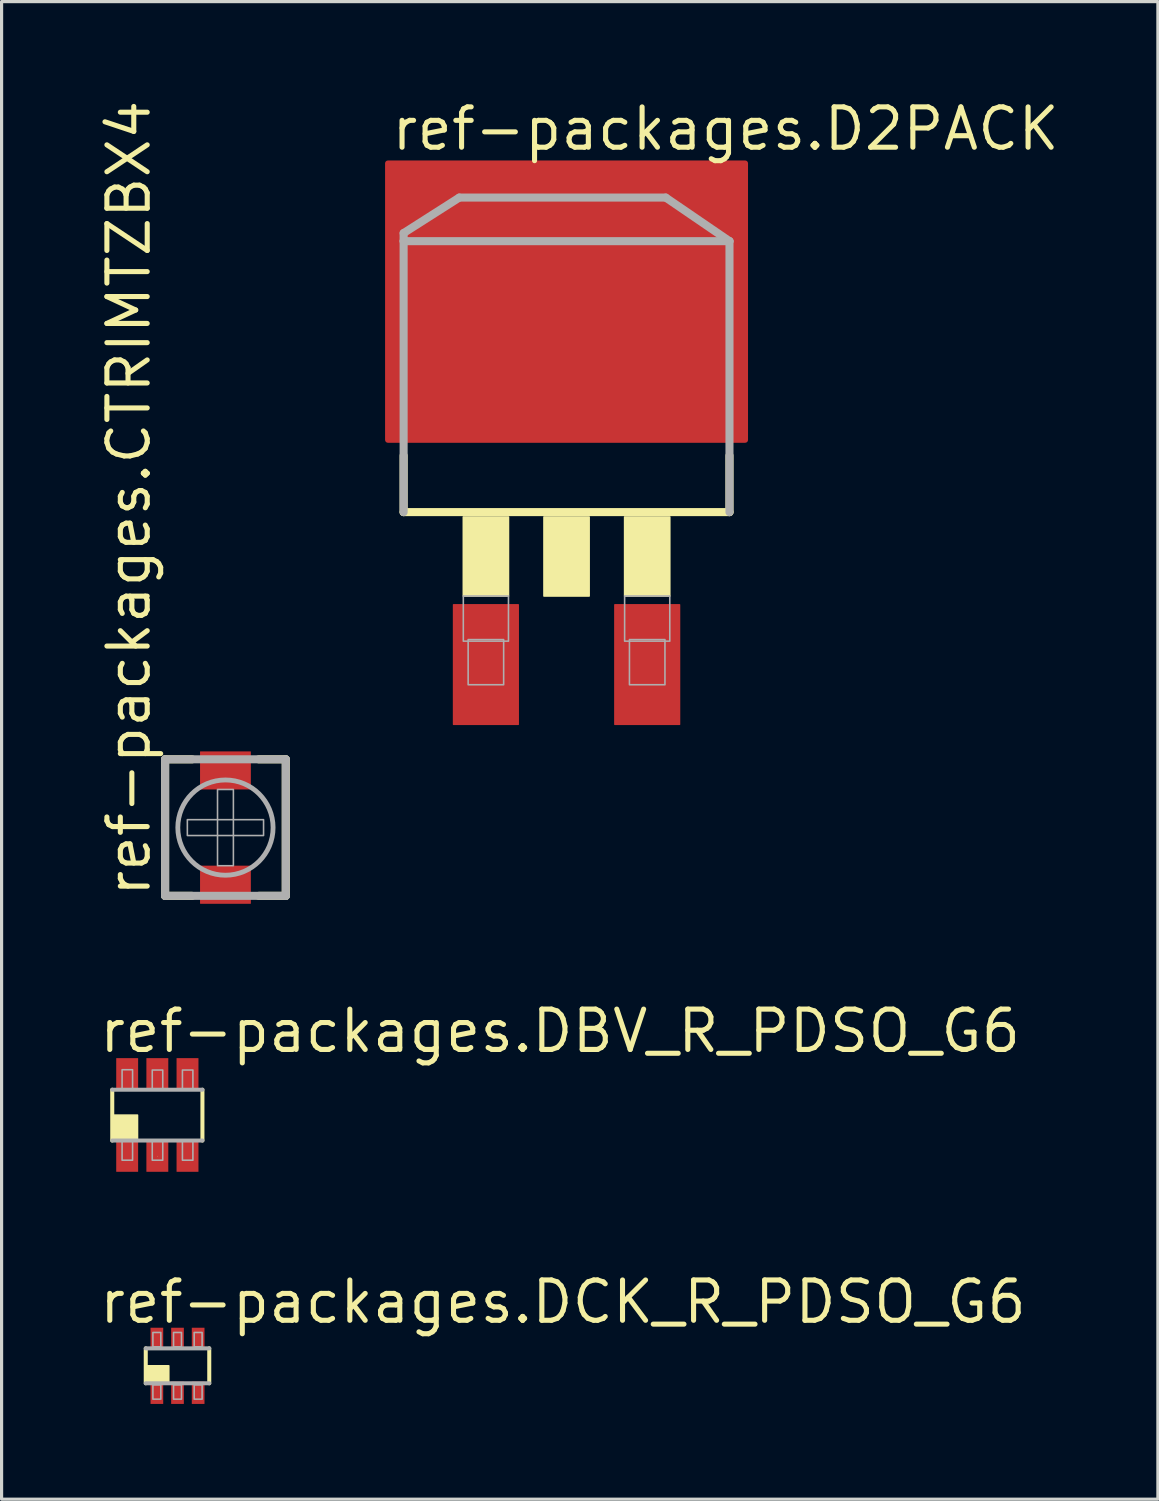
<source format=kicad_pcb>
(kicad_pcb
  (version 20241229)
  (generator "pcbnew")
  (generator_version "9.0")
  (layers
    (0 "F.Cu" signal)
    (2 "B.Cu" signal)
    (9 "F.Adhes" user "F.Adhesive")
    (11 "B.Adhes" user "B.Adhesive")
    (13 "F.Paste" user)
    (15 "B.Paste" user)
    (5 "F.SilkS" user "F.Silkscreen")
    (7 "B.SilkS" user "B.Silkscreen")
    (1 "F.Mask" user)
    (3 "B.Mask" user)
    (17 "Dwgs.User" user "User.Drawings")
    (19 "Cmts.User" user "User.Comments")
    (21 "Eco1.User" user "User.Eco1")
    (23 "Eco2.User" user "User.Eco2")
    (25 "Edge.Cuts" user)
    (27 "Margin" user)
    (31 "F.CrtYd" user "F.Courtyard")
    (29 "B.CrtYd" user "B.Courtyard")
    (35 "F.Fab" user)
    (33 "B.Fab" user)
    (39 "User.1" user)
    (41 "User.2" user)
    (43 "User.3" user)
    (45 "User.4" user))
  (footprint "ref-packages.D2PACK"
    (layer "F.Cu")
    (at 14.792 8.989)
    (property "Reference" "ref-packages.D2PACK" (at -5.588 -7.239 0) (layer "F.SilkS") (effects (font (size 1.27 1.27) (thickness 0.16)) (justify left bottom)))
    (attr smd)
    (fp_line (start -5.131 4.089) (end -5.131 2.311) (stroke (width 0.254) (type default)) (layer "F.SilkS"))
    (fp_line (start -5.131 4.089) (end 5.131 4.089) (stroke (width 0.254) (type default)) (layer "F.SilkS"))
    (fp_line (start 5.131 4.089) (end 5.131 2.311) (stroke (width 0.254) (type default)) (layer "F.SilkS"))
    (fp_rect (start -3.251 6.731) (end -1.829 4.242) (stroke (width 0.05) (type default)) (fill yes) (layer "F.SilkS"))
    (fp_rect (start -0.711 6.731) (end 0.711 4.242) (stroke (width 0.05) (type default)) (fill yes) (layer "F.SilkS"))
    (fp_rect (start 1.829 6.731) (end 3.251 4.242) (stroke (width 0.05) (type default)) (fill yes) (layer "F.SilkS"))
    (fp_line (start -5.131 -4.699) (end -5.131 -4.445) (stroke (width 0.254) (type default)) (layer "F.Fab"))
    (fp_line (start -5.131 -4.445) (end -5.131 4.089) (stroke (width 0.254) (type default)) (layer "F.Fab"))
    (fp_line (start -5.131 -4.445) (end 5.131 -4.445) (stroke (width 0.254) (type default)) (layer "F.Fab"))
    (fp_line (start -3.378 -5.817) (end -5.131 -4.699) (stroke (width 0.254) (type default)) (layer "F.Fab"))
    (fp_line (start 3.124 -5.817) (end -3.378 -5.817) (stroke (width 0.254) (type default)) (layer "F.Fab"))
    (fp_line (start 5.131 -4.445) (end 3.124 -5.817) (stroke (width 0.254) (type default)) (layer "F.Fab"))
    (fp_line (start 5.131 4.089) (end 5.131 -4.445) (stroke (width 0.254) (type default)) (layer "F.Fab"))
    (fp_rect (start -3.251 8.153) (end -1.829 6.731) (stroke (width 0.05) (type default)) (fill no) (layer "F.Fab"))
    (fp_rect (start -3.099 9.525) (end -1.981 8.103) (stroke (width 0.05) (type default)) (fill no) (layer "F.Fab"))
    (fp_rect (start 1.829 8.153) (end 3.251 6.731) (stroke (width 0.05) (type default)) (fill no) (layer "F.Fab"))
    (fp_rect (start 1.981 9.525) (end 3.099 8.103) (stroke (width 0.05) (type default)) (fill no) (layer "F.Fab"))
    (pad "1" smd roundrect (at -2.54 8.89) (size 2.083 3.81) (layers "F.Cu" "F.Mask" "F.Paste") (roundrect_rratio 0.01))
    (pad "2" smd roundrect (at 0 -2.54) (size 11.43 8.89) (layers "F.Cu" "F.Mask" "F.Paste") (roundrect_rratio 0.01))
    (pad "3" smd roundrect (at 2.54 8.89) (size 2.083 3.81) (layers "F.Cu" "F.Mask" "F.Paste") (roundrect_rratio 0.01)))
  (footprint "ref-packages.CTRIMTZBX4"
    (layer "F.Cu")
    (at 4.05 23.013)
    (property "Reference" "ref-packages.CTRIMTZBX4" (at -2.3 2.25 90) (layer "F.SilkS") (effects (font (size 1.27 1.27) (thickness 0.16)) (justify left bottom)))
    (attr smd)
    (fp_line (start -1.9 -2.15) (end -1.05 -2.15) (stroke (width 0.254) (type default)) (layer "F.SilkS"))
    (fp_line (start -1.9 2.15) (end -1.9 -2.15) (stroke (width 0.254) (type default)) (layer "F.SilkS"))
    (fp_line (start -1.05 2.15) (end -1.9 2.15) (stroke (width 0.254) (type default)) (layer "F.SilkS"))
    (fp_line (start 1.05 2.15) (end 1.9 2.15) (stroke (width 0.254) (type default)) (layer "F.SilkS"))
    (fp_line (start 1.9 -2.15) (end 1.05 -2.15) (stroke (width 0.254) (type default)) (layer "F.SilkS"))
    (fp_line (start 1.9 2.15) (end 1.9 -2.15) (stroke (width 0.254) (type default)) (layer "F.SilkS"))
    (fp_line (start -1.9 -2.15) (end -1.9 2.15) (stroke (width 0.254) (type default)) (layer "F.Fab"))
    (fp_line (start -1.9 2.15) (end 1.9 2.15) (stroke (width 0.254) (type default)) (layer "F.Fab"))
    (fp_line (start 1.9 -2.15) (end -1.9 -2.15) (stroke (width 0.254) (type default)) (layer "F.Fab"))
    (fp_line (start 1.9 2.15) (end 1.9 -2.15) (stroke (width 0.254) (type default)) (layer "F.Fab"))
    (fp_rect (start -1.2 0.25) (end 1.2 -0.25) (stroke (width 0.05) (type default)) (fill no) (layer "F.Fab"))
    (fp_rect (start -0.25 1.2) (end 0.25 -1.2) (stroke (width 0.05) (type default)) (fill no) (layer "F.Fab"))
    (fp_circle (center 0 0) (end 1.5 0) (stroke (width 0.152) (type default)) (fill no) (layer "F.Fab"))
    (pad "1" smd roundrect (at 0 -1.8) (size 1.6 1.2) (layers "F.Cu" "F.Mask" "F.Paste") (roundrect_rratio 0.01))
    (pad "2" smd roundrect (at 0 1.8) (size 1.6 1.2) (layers "F.Cu" "F.Mask" "F.Paste") (roundrect_rratio 0.01)))
  (footprint "ref-packages.DCK_R_PDSO_G6"
    (layer "F.Cu")
    (at 2.54 39.963)
    (property "Reference" "ref-packages.DCK_R_PDSO_G6" (at -2.54 -1.27 0) (layer "F.SilkS") (effects (font (size 1.27 1.27) (thickness 0.16)) (justify left bottom)))
    (attr smd)
    (fp_line (start -1 -0.55) (end -1 0.55) (stroke (width 0.127) (type default)) (layer "F.SilkS"))
    (fp_line (start 1 0.55) (end 1 -0.55) (stroke (width 0.127) (type default)) (layer "F.SilkS"))
    (fp_rect (start -0.95 0.5) (end -0.275 0) (stroke (width 0.05) (type default)) (fill yes) (layer "F.SilkS"))
    (fp_line (start -1 0.55) (end 1 0.55) (stroke (width 0.127) (type default)) (layer "F.Fab"))
    (fp_line (start 1 -0.55) (end -1 -0.55) (stroke (width 0.127) (type default)) (layer "F.Fab"))
    (fp_rect (start -0.775 -0.6) (end -0.525 -1.05) (stroke (width 0.05) (type default)) (fill no) (layer "F.Fab"))
    (fp_rect (start -0.775 1.05) (end -0.525 0.6) (stroke (width 0.05) (type default)) (fill no) (layer "F.Fab"))
    (fp_rect (start -0.125 -0.6) (end 0.125 -1.05) (stroke (width 0.05) (type default)) (fill no) (layer "F.Fab"))
    (fp_rect (start -0.125 1.05) (end 0.125 0.6) (stroke (width 0.05) (type default)) (fill no) (layer "F.Fab"))
    (fp_rect (start 0.525 -0.6) (end 0.775 -1.05) (stroke (width 0.05) (type default)) (fill no) (layer "F.Fab"))
    (fp_rect (start 0.525 1.05) (end 0.775 0.6) (stroke (width 0.05) (type default)) (fill no) (layer "F.Fab"))
    (pad "1" smd roundrect (at -0.65 0.85) (size 0.4 0.7) (layers "F.Cu" "F.Mask" "F.Paste") (roundrect_rratio 0.01))
    (pad "2" smd roundrect (at 0 0.85) (size 0.4 0.7) (layers "F.Cu" "F.Mask" "F.Paste") (roundrect_rratio 0.01))
    (pad "3" smd roundrect (at 0.65 0.85) (size 0.4 0.7) (layers "F.Cu" "F.Mask" "F.Paste") (roundrect_rratio 0.01))
    (pad "4" smd roundrect (at 0.65 -0.85) (size 0.4 0.7) (layers "F.Cu" "F.Mask" "F.Paste") (roundrect_rratio 0.01))
    (pad "5" smd roundrect (at 0 -0.85) (size 0.4 0.7) (layers "F.Cu" "F.Mask" "F.Paste") (roundrect_rratio 0.01))
    (pad "6" smd roundrect (at -0.65 -0.85) (size 0.4 0.7) (layers "F.Cu" "F.Mask" "F.Paste") (roundrect_rratio 0.01)))
  (footprint "ref-packages.DBV_R_PDSO_G6"
    (layer "F.Cu")
    (at 1.905 32.068)
    (property "Reference" "ref-packages.DBV_R_PDSO_G6" (at -1.905 -1.905 0) (layer "F.SilkS") (effects (font (size 1.27 1.27) (thickness 0.16)) (justify left bottom)))
    (attr smd)
    (fp_rect (start -1.35 -0.75) (end -0.55 -1.85) (stroke (width 0.05) (type default)) (fill yes) (layer "F.Mask"))
    (fp_rect (start -1.35 1.85) (end -0.55 0.75) (stroke (width 0.05) (type default)) (fill yes) (layer "F.Mask"))
    (fp_rect (start -0.4 -0.75) (end 0.4 -1.85) (stroke (width 0.05) (type default)) (fill yes) (layer "F.Mask"))
    (fp_rect (start -0.4 1.85) (end 0.4 0.75) (stroke (width 0.05) (type default)) (fill yes) (layer "F.Mask"))
    (fp_rect (start 0.55 -0.75) (end 1.35 -1.85) (stroke (width 0.05) (type default)) (fill yes) (layer "F.Mask"))
    (fp_rect (start 0.55 1.85) (end 1.35 0.75) (stroke (width 0.05) (type default)) (fill yes) (layer "F.Mask"))
    (fp_line (start -1.42 0.8) (end -1.42 -0.8) (stroke (width 0.127) (type default)) (layer "F.SilkS"))
    (fp_line (start 0 1.29) (end 0 1.3) (stroke (width 0.01) (type default)) (layer "F.SilkS"))
    (fp_line (start 1.42 -0.8) (end 1.42 0.8) (stroke (width 0.127) (type default)) (layer "F.SilkS"))
    (fp_rect (start -1.375 0.75) (end -0.625 0) (stroke (width 0.05) (type default)) (fill yes) (layer "F.SilkS"))
    (fp_line (start -1.42 -0.8) (end 1.42 -0.8) (stroke (width 0.127) (type default)) (layer "F.Fab"))
    (fp_line (start 1.42 0.8) (end -1.42 0.8) (stroke (width 0.127) (type default)) (layer "F.Fab"))
    (fp_rect (start -1.11 -0.8) (end -0.78 -1.43) (stroke (width 0.05) (type default)) (fill no) (layer "F.Fab"))
    (fp_rect (start -1.11 1.42) (end -0.78 0.8) (stroke (width 0.05) (type default)) (fill no) (layer "F.Fab"))
    (fp_rect (start -0.16 -0.8) (end 0.17 -1.42) (stroke (width 0.05) (type default)) (fill no) (layer "F.Fab"))
    (fp_rect (start -0.16 1.42) (end 0.17 0.8) (stroke (width 0.05) (type default)) (fill no) (layer "F.Fab"))
    (fp_rect (start 0.79 -0.8) (end 1.12 -1.42) (stroke (width 0.05) (type default)) (fill no) (layer "F.Fab"))
    (fp_rect (start 0.79 1.42) (end 1.12 0.8) (stroke (width 0.05) (type default)) (fill no) (layer "F.Fab"))
    (pad "1" smd roundrect (at -0.95 1.29) (size 0.69 0.99) (layers "F.Cu" "F.Mask" "F.Paste") (roundrect_rratio 0.01))
    (pad "2" smd roundrect (at 0 1.29) (size 0.69 0.99) (layers "F.Cu" "F.Mask" "F.Paste") (roundrect_rratio 0.01))
    (pad "3" smd roundrect (at 0.95 1.29) (size 0.69 0.99) (layers "F.Cu" "F.Mask" "F.Paste") (roundrect_rratio 0.01))
    (pad "4" smd roundrect (at 0.95 -1.3) (size 0.69 0.99) (layers "F.Cu" "F.Mask" "F.Paste") (roundrect_rratio 0.01))
    (pad "5" smd roundrect (at 0 -1.3) (size 0.69 0.99) (layers "F.Cu" "F.Mask" "F.Paste") (roundrect_rratio 0.01))
    (pad "6" smd roundrect (at -0.95 -1.3) (size 0.69 0.99) (layers "F.Cu" "F.Mask" "F.Paste") (roundrect_rratio 0.01)))
  (gr_rect
    (start -3 -3)
    (end 33.415 44.163)
    (stroke (width 0.1) (type default))
    (fill no)
    (layer "Edge.Cuts")))
</source>
